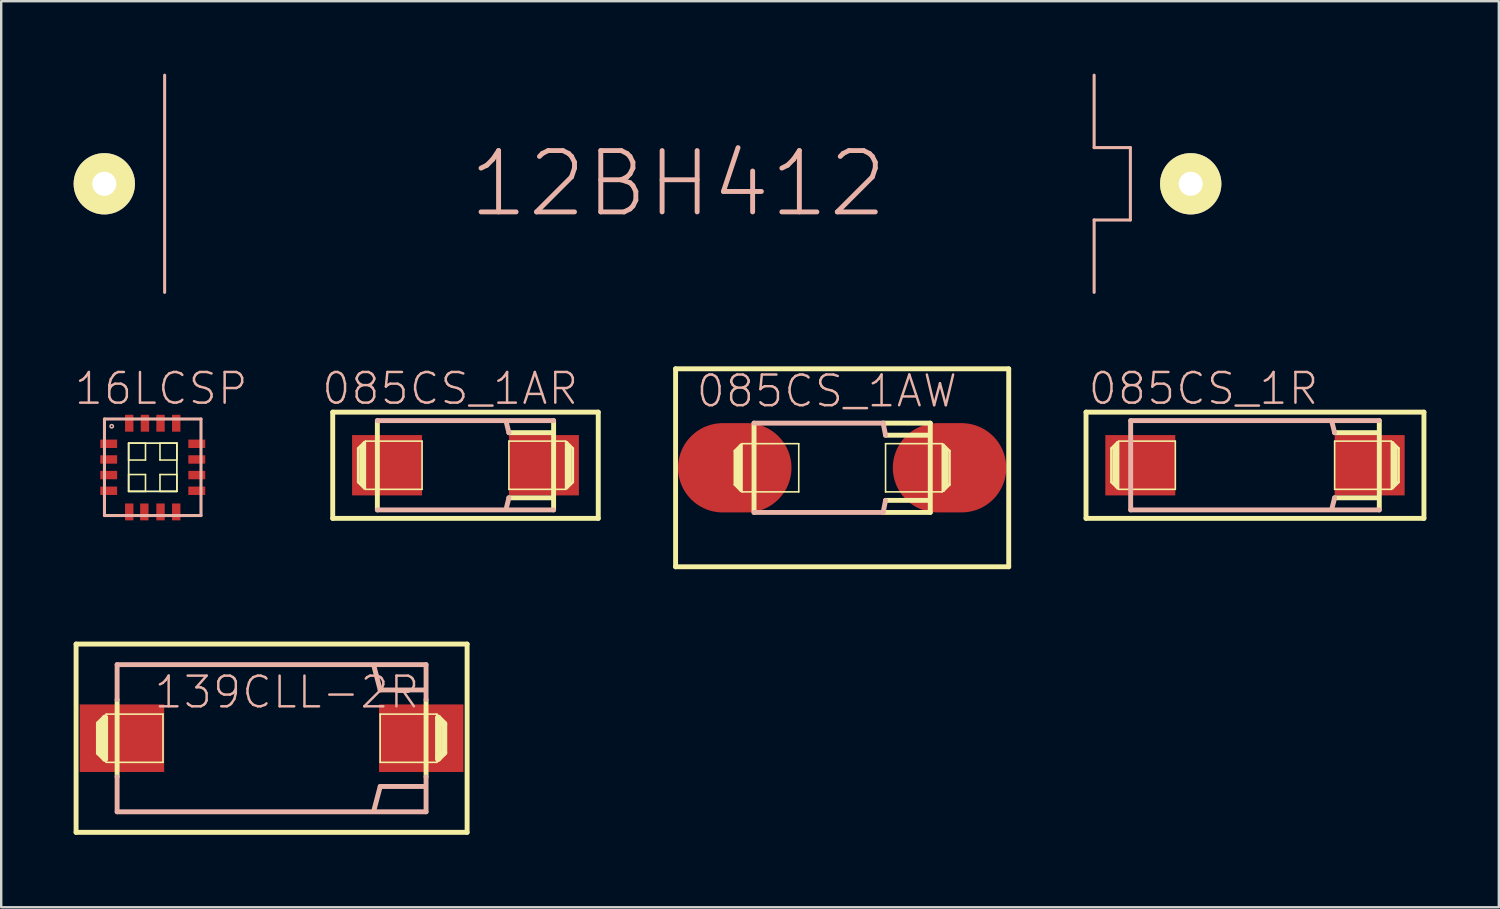
<source format=kicad_pcb>
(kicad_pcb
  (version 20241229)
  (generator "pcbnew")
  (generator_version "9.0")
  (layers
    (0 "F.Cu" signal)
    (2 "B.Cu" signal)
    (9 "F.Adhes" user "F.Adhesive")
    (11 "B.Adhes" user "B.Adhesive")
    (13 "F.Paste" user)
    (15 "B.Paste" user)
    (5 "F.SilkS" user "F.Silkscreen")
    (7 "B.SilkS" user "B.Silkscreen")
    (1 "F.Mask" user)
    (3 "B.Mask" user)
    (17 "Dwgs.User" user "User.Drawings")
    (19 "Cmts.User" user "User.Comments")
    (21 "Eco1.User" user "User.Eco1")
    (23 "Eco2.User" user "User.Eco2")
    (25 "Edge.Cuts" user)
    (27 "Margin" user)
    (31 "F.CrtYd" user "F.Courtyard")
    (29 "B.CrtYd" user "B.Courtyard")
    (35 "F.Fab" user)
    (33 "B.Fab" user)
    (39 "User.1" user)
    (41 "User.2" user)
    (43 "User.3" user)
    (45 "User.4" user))
  (footprint "12BH412"
    (layer "F.Cu")
    (at 23.769 4.562)
    (property "Reference" "12BH412" (at 1.27 0 0) (layer "B.SilkS") (effects (font (size 2.54 2.54) (thickness 0.203))))
    (attr exclude_from_pos_files exclude_from_bom)
    (fp_line (start -20 -4.498) (end -20 4.498) (stroke (width 0.127) (type solid)) (layer "B.SilkS"))
    (fp_line (start 18.499 -1.499) (end 18.499 -4.498) (stroke (width 0.127) (type solid)) (layer "B.SilkS"))
    (fp_line (start 18.499 1.499) (end 20 1.499) (stroke (width 0.127) (type solid)) (layer "B.SilkS"))
    (fp_line (start 18.499 4.498) (end 18.499 1.499) (stroke (width 0.127) (type solid)) (layer "B.SilkS"))
    (fp_line (start 20 -1.499) (end 18.499 -1.499) (stroke (width 0.127) (type solid)) (layer "B.SilkS"))
    (fp_line (start 20 1.499) (end 20 -1.499) (stroke (width 0.127) (type solid)) (layer "B.SilkS"))
    (pad "+" thru_hole circle (at 22.499 0) (size 2.54 2.54) (drill 0.998) (layers "*.Cu" "F.Mask" "F.SilkS" "F.Paste"))
    (pad "-" thru_hole circle (at -22.499 0) (size 2.54 2.54) (drill 0.998) (layers "*.Cu" "F.Mask" "F.SilkS" "F.Paste")))
  (footprint "139CLL-2R"
    (layer "F.Cu")
    (at 8.199 27.526)
    (property "Reference" "139CLL-2R" (at 0.635 -1.905 0) (layer "B.SilkS") (effects (font (size 1.27 1.27) (thickness 0.102))))
    (attr smd)
    (fp_line (start -8.098 -3.899) (end -8.098 3.899) (stroke (width 0.203) (type solid)) (layer "F.SilkS"))
    (fp_line (start -8.098 3.899) (end 8.098 3.899) (stroke (width 0.203) (type solid)) (layer "F.SilkS"))
    (fp_line (start -7.148 -0.599) (end -6.899 -0.848) (stroke (width 0.254) (type solid)) (layer "F.SilkS"))
    (fp_line (start -7.148 0.599) (end -7.148 -0.599) (stroke (width 0.254) (type solid)) (layer "F.SilkS"))
    (fp_line (start -6.899 -0.848) (end -6.899 0.848) (stroke (width 0.254) (type solid)) (layer "F.SilkS"))
    (fp_line (start -6.899 0.848) (end -7.148 0.599) (stroke (width 0.254) (type solid)) (layer "F.SilkS"))
    (fp_line (start -6.848 -0.998) (end -4.498 -0.998) (stroke (width 0.066) (type solid)) (layer "F.SilkS"))
    (fp_line (start -6.848 0.998) (end -6.848 -0.998) (stroke (width 0.066) (type solid)) (layer "F.SilkS"))
    (fp_line (start -6.848 0.998) (end -4.498 0.998) (stroke (width 0.066) (type solid)) (layer "F.SilkS"))
    (fp_line (start -6.398 1.598) (end -6.398 -1.598) (stroke (width 0.203) (type solid)) (layer "F.SilkS"))
    (fp_line (start -4.498 0.998) (end -4.498 -0.998) (stroke (width 0.066) (type solid)) (layer "F.SilkS"))
    (fp_line (start 4.498 -0.998) (end 6.848 -0.998) (stroke (width 0.066) (type solid)) (layer "F.SilkS"))
    (fp_line (start 4.498 0.998) (end 4.498 -0.998) (stroke (width 0.066) (type solid)) (layer "F.SilkS"))
    (fp_line (start 4.498 0.998) (end 6.848 0.998) (stroke (width 0.066) (type solid)) (layer "F.SilkS"))
    (fp_line (start 6.398 -1.598) (end 6.398 1.598) (stroke (width 0.203) (type solid)) (layer "F.SilkS"))
    (fp_line (start 6.848 0.998) (end 6.848 -0.998) (stroke (width 0.066) (type solid)) (layer "F.SilkS"))
    (fp_line (start 6.899 -0.848) (end 7.148 -0.599) (stroke (width 0.254) (type solid)) (layer "F.SilkS"))
    (fp_line (start 6.899 0.848) (end 6.899 -0.848) (stroke (width 0.254) (type solid)) (layer "F.SilkS"))
    (fp_line (start 7.148 -0.599) (end 7.148 0.599) (stroke (width 0.254) (type solid)) (layer "F.SilkS"))
    (fp_line (start 7.148 0.599) (end 6.899 0.848) (stroke (width 0.254) (type solid)) (layer "F.SilkS"))
    (fp_line (start 8.098 -3.899) (end -8.098 -3.899) (stroke (width 0.203) (type solid)) (layer "F.SilkS"))
    (fp_line (start 8.098 3.899) (end 8.098 -3.899) (stroke (width 0.203) (type solid)) (layer "F.SilkS"))
    (fp_line (start -6.398 -3.048) (end 6.398 -3.048) (stroke (width 0.203) (type solid)) (layer "B.SilkS"))
    (fp_line (start -6.398 -1.598) (end -6.398 -3.048) (stroke (width 0.203) (type solid)) (layer "B.SilkS"))
    (fp_line (start -6.398 3.048) (end -6.398 1.598) (stroke (width 0.203) (type solid)) (layer "B.SilkS"))
    (fp_line (start 4.498 -1.999) (end 4.249 -2.949) (stroke (width 0.203) (type solid)) (layer "B.SilkS"))
    (fp_line (start 4.498 1.999) (end 4.249 2.949) (stroke (width 0.203) (type solid)) (layer "B.SilkS"))
    (fp_line (start 6.35 -1.999) (end 4.498 -1.999) (stroke (width 0.203) (type solid)) (layer "B.SilkS"))
    (fp_line (start 6.35 1.999) (end 4.498 1.999) (stroke (width 0.203) (type solid)) (layer "B.SilkS"))
    (fp_line (start 6.398 -3.048) (end 6.398 -1.598) (stroke (width 0.203) (type solid)) (layer "B.SilkS"))
    (fp_line (start 6.398 1.598) (end 6.398 3.048) (stroke (width 0.203) (type solid)) (layer "B.SilkS"))
    (fp_line (start 6.398 3.048) (end -6.398 3.048) (stroke (width 0.203) (type solid)) (layer "B.SilkS"))
    (pad "+" smd rect (at 6.198 0) (size 3.498 2.799) (layers "F.Cu" "F.Mask" "F.Paste"))
    (pad "-" smd rect (at -6.198 0) (size 3.498 2.799) (layers "F.Cu" "F.Mask" "F.Paste")))
  (footprint "085CS_1R"
    (layer "F.Cu")
    (at 48.93 16.22)
    (property "Reference" "085CS_1R" (at -2.134 -3.175 0) (layer "B.SilkS") (effects (font (size 1.27 1.27) (thickness 0.102))))
    (attr smd)
    (fp_line (start -6.998 -2.2) (end -6.998 2.2) (stroke (width 0.203) (type solid)) (layer "F.SilkS"))
    (fp_line (start -6.998 -2.2) (end 6.998 -2.2) (stroke (width 0.203) (type solid)) (layer "F.SilkS"))
    (fp_line (start -6.998 2.2) (end 6.998 2.2) (stroke (width 0.203) (type solid)) (layer "F.SilkS"))
    (fp_line (start -5.949 -0.699) (end -5.949 0.699) (stroke (width 0.102) (type solid)) (layer "F.SilkS"))
    (fp_line (start -5.949 0.699) (end -5.7 0.95) (stroke (width 0.102) (type solid)) (layer "F.SilkS"))
    (fp_line (start -5.799 -0.749) (end -5.799 0.749) (stroke (width 0.203) (type solid)) (layer "F.SilkS"))
    (fp_line (start -5.7 -0.95) (end -5.949 -0.699) (stroke (width 0.102) (type solid)) (layer "F.SilkS"))
    (fp_line (start -5.7 0.95) (end -5.7 -0.95) (stroke (width 0.102) (type solid)) (layer "F.SilkS"))
    (fp_line (start -5.649 -0.998) (end -3.299 -0.998) (stroke (width 0.066) (type solid)) (layer "F.SilkS"))
    (fp_line (start -5.649 0.998) (end -5.649 -0.998) (stroke (width 0.066) (type solid)) (layer "F.SilkS"))
    (fp_line (start -5.649 0.998) (end -3.299 0.998) (stroke (width 0.066) (type solid)) (layer "F.SilkS"))
    (fp_line (start -3.299 0.998) (end -3.299 -0.998) (stroke (width 0.066) (type solid)) (layer "F.SilkS"))
    (fp_line (start 3.299 -0.998) (end 5.649 -0.998) (stroke (width 0.066) (type solid)) (layer "F.SilkS"))
    (fp_line (start 3.299 0.998) (end 3.299 -0.998) (stroke (width 0.066) (type solid)) (layer "F.SilkS"))
    (fp_line (start 3.299 0.998) (end 5.649 0.998) (stroke (width 0.066) (type solid)) (layer "F.SilkS"))
    (fp_line (start 5.05 -1.349) (end 3.299 -1.349) (stroke (width 0.203) (type solid)) (layer "F.SilkS"))
    (fp_line (start 5.098 1.349) (end 3.299 1.349) (stroke (width 0.203) (type solid)) (layer "F.SilkS"))
    (fp_line (start 5.149 1.849) (end 5.149 -1.849) (stroke (width 0.203) (type solid)) (layer "F.SilkS"))
    (fp_line (start 5.649 0.998) (end 5.649 -0.998) (stroke (width 0.066) (type solid)) (layer "F.SilkS"))
    (fp_line (start 5.7 -0.95) (end 5.7 0.95) (stroke (width 0.102) (type solid)) (layer "F.SilkS"))
    (fp_line (start 5.7 0.95) (end 5.949 0.699) (stroke (width 0.102) (type solid)) (layer "F.SilkS"))
    (fp_line (start 5.799 0.749) (end 5.799 -0.749) (stroke (width 0.203) (type solid)) (layer "F.SilkS"))
    (fp_line (start 5.949 -0.699) (end 5.7 -0.95) (stroke (width 0.102) (type solid)) (layer "F.SilkS"))
    (fp_line (start 5.949 0.699) (end 5.949 -0.699) (stroke (width 0.102) (type solid)) (layer "F.SilkS"))
    (fp_line (start 6.998 -2.2) (end 6.998 2.2) (stroke (width 0.203) (type solid)) (layer "F.SilkS"))
    (fp_line (start -5.149 -1.849) (end -5.149 1.849) (stroke (width 0.203) (type solid)) (layer "B.SilkS"))
    (fp_line (start -5.149 1.849) (end 5.149 1.849) (stroke (width 0.203) (type solid)) (layer "B.SilkS"))
    (fp_line (start 3.299 -1.349) (end 3.198 -1.748) (stroke (width 0.203) (type solid)) (layer "B.SilkS"))
    (fp_line (start 3.299 1.349) (end 3.198 1.748) (stroke (width 0.203) (type solid)) (layer "B.SilkS"))
    (fp_line (start 5.149 -1.849) (end -5.149 -1.849) (stroke (width 0.203) (type solid)) (layer "B.SilkS"))
    (pad "+" smd rect (at 4.75 0) (size 2.898 2.499) (layers "F.Cu" "F.Mask" "F.Paste"))
    (pad "-" smd rect (at -4.75 0) (size 2.898 2.499) (layers "F.Cu" "F.Mask" "F.Paste")))
  (footprint "085CS_1AW"
    (layer "F.Cu")
    (at 31.831 16.325)
    (property "Reference" "085CS_1AW" (at -0.635 -3.175 0) (layer "B.SilkS") (effects (font (size 1.27 1.27) (thickness 0.102))))
    (attr smd)
    (fp_line (start -6.899 -4.1) (end -6.899 4.1) (stroke (width 0.203) (type solid)) (layer "F.SilkS"))
    (fp_line (start -6.899 -4.1) (end 6.899 -4.1) (stroke (width 0.203) (type solid)) (layer "F.SilkS"))
    (fp_line (start -6.899 4.1) (end 6.899 4.1) (stroke (width 0.203) (type solid)) (layer "F.SilkS"))
    (fp_line (start -4.448 -0.699) (end -4.448 0.699) (stroke (width 0.102) (type solid)) (layer "F.SilkS"))
    (fp_line (start -4.448 0.699) (end -4.199 0.95) (stroke (width 0.102) (type solid)) (layer "F.SilkS"))
    (fp_line (start -4.298 -0.749) (end -4.298 0.749) (stroke (width 0.203) (type solid)) (layer "F.SilkS"))
    (fp_line (start -4.199 -0.95) (end -4.448 -0.699) (stroke (width 0.102) (type solid)) (layer "F.SilkS"))
    (fp_line (start -4.199 0.95) (end -4.199 -0.95) (stroke (width 0.102) (type solid)) (layer "F.SilkS"))
    (fp_line (start -4.148 -0.998) (end -1.798 -0.998) (stroke (width 0.066) (type solid)) (layer "F.SilkS"))
    (fp_line (start -4.148 0.998) (end -4.148 -0.998) (stroke (width 0.066) (type solid)) (layer "F.SilkS"))
    (fp_line (start -4.148 0.998) (end -1.798 0.998) (stroke (width 0.066) (type solid)) (layer "F.SilkS"))
    (fp_line (start -3.65 -1.849) (end -3.65 1.849) (stroke (width 0.203) (type solid)) (layer "F.SilkS"))
    (fp_line (start -1.798 0.998) (end -1.798 -0.998) (stroke (width 0.066) (type solid)) (layer "F.SilkS"))
    (fp_line (start 1.699 1.849) (end 3.65 1.849) (stroke (width 0.203) (type solid)) (layer "F.SilkS"))
    (fp_line (start 1.798 -0.998) (end 4.148 -0.998) (stroke (width 0.066) (type solid)) (layer "F.SilkS"))
    (fp_line (start 1.798 0.998) (end 1.798 -0.998) (stroke (width 0.066) (type solid)) (layer "F.SilkS"))
    (fp_line (start 1.798 0.998) (end 4.148 0.998) (stroke (width 0.066) (type solid)) (layer "F.SilkS"))
    (fp_line (start 3.548 -1.349) (end 1.798 -1.349) (stroke (width 0.203) (type solid)) (layer "F.SilkS"))
    (fp_line (start 3.599 1.349) (end 1.798 1.349) (stroke (width 0.203) (type solid)) (layer "F.SilkS"))
    (fp_line (start 3.65 -1.849) (end 1.699 -1.849) (stroke (width 0.203) (type solid)) (layer "F.SilkS"))
    (fp_line (start 3.65 1.849) (end 3.65 -1.849) (stroke (width 0.203) (type solid)) (layer "F.SilkS"))
    (fp_line (start 4.148 0.998) (end 4.148 -0.998) (stroke (width 0.066) (type solid)) (layer "F.SilkS"))
    (fp_line (start 4.199 -0.95) (end 4.199 0.95) (stroke (width 0.102) (type solid)) (layer "F.SilkS"))
    (fp_line (start 4.199 0.95) (end 4.448 0.699) (stroke (width 0.102) (type solid)) (layer "F.SilkS"))
    (fp_line (start 4.298 0.749) (end 4.298 -0.749) (stroke (width 0.203) (type solid)) (layer "F.SilkS"))
    (fp_line (start 4.448 -0.699) (end 4.199 -0.95) (stroke (width 0.102) (type solid)) (layer "F.SilkS"))
    (fp_line (start 4.448 0.699) (end 4.448 -0.699) (stroke (width 0.102) (type solid)) (layer "F.SilkS"))
    (fp_line (start 6.899 -4.1) (end 6.899 4.1) (stroke (width 0.203) (type solid)) (layer "F.SilkS"))
    (fp_line (start -3.65 1.849) (end 1.699 1.849) (stroke (width 0.203) (type solid)) (layer "B.SilkS"))
    (fp_line (start 1.699 -1.849) (end -3.65 -1.849) (stroke (width 0.203) (type solid)) (layer "B.SilkS"))
    (fp_line (start 1.798 -1.349) (end 1.699 -1.849) (stroke (width 0.203) (type solid)) (layer "B.SilkS"))
    (fp_line (start 1.798 1.349) (end 1.699 1.849) (stroke (width 0.203) (type solid)) (layer "B.SilkS"))
    (pad "+" smd oval (at 4.448 0) (size 4.699 3.698) (layers "F.Cu" "F.Mask" "F.Paste"))
    (pad "-" smd oval (at -4.448 0) (size 4.699 3.698) (layers "F.Cu" "F.Mask" "F.Paste")))
  (footprint "16LCSP"
    (layer "F.Cu")
    (at 3.276 16.304)
    (property "Reference" "16LCSP" (at 0.348 -3.259 0) (layer "B.SilkS") (effects (font (size 1.27 1.27) (thickness 0.102))))
    (attr smd)
    (fp_line (start -0.998 -0.998) (end 0.998 -0.998) (stroke (width 0.066) (type solid)) (layer "B.Cu"))
    (fp_line (start -0.998 0.998) (end -0.998 -0.998) (stroke (width 0.066) (type solid)) (layer "B.Cu"))
    (fp_line (start -0.998 0.998) (end 0.998 0.998) (stroke (width 0.066) (type solid)) (layer "B.Cu"))
    (fp_line (start 0.998 0.998) (end 0.998 -0.998) (stroke (width 0.066) (type solid)) (layer "B.Cu"))
    (fp_line (start -0.998 -0.998) (end -0.3 -0.998) (stroke (width 0.066) (type solid)) (layer "F.SilkS"))
    (fp_line (start -0.998 -0.998) (end 0.998 -0.998) (stroke (width 0.066) (type solid)) (layer "F.SilkS"))
    (fp_line (start -0.998 -0.3) (end -0.998 -0.998) (stroke (width 0.066) (type solid)) (layer "F.SilkS"))
    (fp_line (start -0.998 -0.3) (end -0.3 -0.3) (stroke (width 0.066) (type solid)) (layer "F.SilkS"))
    (fp_line (start -0.998 0.3) (end -0.3 0.3) (stroke (width 0.066) (type solid)) (layer "F.SilkS"))
    (fp_line (start -0.998 0.998) (end -0.998 -0.998) (stroke (width 0.066) (type solid)) (layer "F.SilkS"))
    (fp_line (start -0.998 0.998) (end -0.998 0.3) (stroke (width 0.066) (type solid)) (layer "F.SilkS"))
    (fp_line (start -0.998 0.998) (end -0.3 0.998) (stroke (width 0.066) (type solid)) (layer "F.SilkS"))
    (fp_line (start -0.998 0.998) (end 0.998 0.998) (stroke (width 0.066) (type solid)) (layer "F.SilkS"))
    (fp_line (start -0.3 -0.3) (end -0.3 -0.998) (stroke (width 0.066) (type solid)) (layer "F.SilkS"))
    (fp_line (start -0.3 0.998) (end -0.3 0.3) (stroke (width 0.066) (type solid)) (layer "F.SilkS"))
    (fp_line (start 0.3 -0.998) (end 0.998 -0.998) (stroke (width 0.066) (type solid)) (layer "F.SilkS"))
    (fp_line (start 0.3 -0.3) (end 0.3 -0.998) (stroke (width 0.066) (type solid)) (layer "F.SilkS"))
    (fp_line (start 0.3 -0.3) (end 0.998 -0.3) (stroke (width 0.066) (type solid)) (layer "F.SilkS"))
    (fp_line (start 0.3 0.3) (end 0.998 0.3) (stroke (width 0.066) (type solid)) (layer "F.SilkS"))
    (fp_line (start 0.3 0.998) (end 0.3 0.3) (stroke (width 0.066) (type solid)) (layer "F.SilkS"))
    (fp_line (start 0.3 0.998) (end 0.998 0.998) (stroke (width 0.066) (type solid)) (layer "F.SilkS"))
    (fp_line (start 0.998 -0.3) (end 0.998 -0.998) (stroke (width 0.066) (type solid)) (layer "F.SilkS"))
    (fp_line (start 0.998 0.998) (end 0.998 -0.998) (stroke (width 0.066) (type solid)) (layer "F.SilkS"))
    (fp_line (start 0.998 0.998) (end 0.998 0.3) (stroke (width 0.066) (type solid)) (layer "F.SilkS"))
    (fp_line (start -1.999 -1.999) (end -1.999 1.999) (stroke (width 0.127) (type solid)) (layer "B.SilkS"))
    (fp_line (start -1.999 1.999) (end 1.999 1.999) (stroke (width 0.127) (type solid)) (layer "B.SilkS"))
    (fp_line (start 1.999 -1.999) (end -1.999 -1.999) (stroke (width 0.127) (type solid)) (layer "B.SilkS"))
    (fp_line (start 1.999 1.999) (end 1.999 -1.999) (stroke (width 0.127) (type solid)) (layer "B.SilkS"))
    (fp_circle (center -1.699 -1.699) (end -1.748 -1.748) (stroke (width 0.064) (type solid)) (fill no) (layer "B.SilkS"))
    (pad "1" smd rect (at -1.824 -0.973) (size 0.699 0.348) (layers "F.Cu" "F.Mask" "F.Paste"))
    (pad "2" smd rect (at -1.824 -0.323) (size 0.699 0.348) (layers "F.Cu" "F.Mask" "F.Paste"))
    (pad "3" smd rect (at -1.824 0.323) (size 0.699 0.348) (layers "F.Cu" "F.Mask" "F.Paste"))
    (pad "4" smd rect (at -1.824 0.973) (size 0.699 0.348) (layers "F.Cu" "F.Mask" "F.Paste"))
    (pad "5" smd rect (at -0.973 1.849 90) (size 0.699 0.348) (layers "F.Cu" "F.Mask" "F.Paste"))
    (pad "6" smd rect (at -0.348 1.849 90) (size 0.699 0.348) (layers "F.Cu" "F.Mask" "F.Paste"))
    (pad "7" smd rect (at 0.323 1.849 90) (size 0.699 0.348) (layers "F.Cu" "F.Mask" "F.Paste"))
    (pad "8" smd rect (at 0.973 1.849 90) (size 0.699 0.348) (layers "F.Cu" "F.Mask" "F.Paste"))
    (pad "9" smd rect (at 1.824 0.973 180) (size 0.699 0.348) (layers "F.Cu" "F.Mask" "F.Paste"))
    (pad "10" smd rect (at 1.824 0.323 180) (size 0.699 0.348) (layers "F.Cu" "F.Mask" "F.Paste"))
    (pad "11" smd rect (at 1.824 -0.323 180) (size 0.699 0.348) (layers "F.Cu" "F.Mask" "F.Paste"))
    (pad "12" smd rect (at 1.824 -0.973 180) (size 0.699 0.348) (layers "F.Cu" "F.Mask" "F.Paste"))
    (pad "13" smd rect (at 0.973 -1.824 270) (size 0.699 0.348) (layers "F.Cu" "F.Mask" "F.Paste"))
    (pad "14" smd rect (at 0.323 -1.824 270) (size 0.699 0.348) (layers "F.Cu" "F.Mask" "F.Paste"))
    (pad "15" smd rect (at -0.323 -1.824 270) (size 0.699 0.348) (layers "F.Cu" "F.Mask" "F.Paste"))
    (pad "16" smd rect (at -0.973 -1.824 270) (size 0.699 0.348) (layers "F.Cu" "F.Mask" "F.Paste")))
  (footprint "085CS_1AR"
    (layer "F.Cu")
    (at 16.23 16.22)
    (property "Reference" "085CS_1AR" (at -0.635 -3.175 0) (layer "B.SilkS") (effects (font (size 1.27 1.27) (thickness 0.102))))
    (attr smd)
    (fp_line (start -5.499 -2.2) (end -5.499 2.2) (stroke (width 0.203) (type solid)) (layer "F.SilkS"))
    (fp_line (start -5.499 -2.2) (end 5.499 -2.2) (stroke (width 0.203) (type solid)) (layer "F.SilkS"))
    (fp_line (start -5.499 2.2) (end 5.499 2.2) (stroke (width 0.203) (type solid)) (layer "F.SilkS"))
    (fp_line (start -4.448 -0.699) (end -4.448 0.699) (stroke (width 0.102) (type solid)) (layer "F.SilkS"))
    (fp_line (start -4.448 0.699) (end -4.199 0.95) (stroke (width 0.102) (type solid)) (layer "F.SilkS"))
    (fp_line (start -4.298 -0.749) (end -4.298 0.749) (stroke (width 0.203) (type solid)) (layer "F.SilkS"))
    (fp_line (start -4.199 -0.95) (end -4.448 -0.699) (stroke (width 0.102) (type solid)) (layer "F.SilkS"))
    (fp_line (start -4.199 0.95) (end -4.199 -0.95) (stroke (width 0.102) (type solid)) (layer "F.SilkS"))
    (fp_line (start -4.148 -0.998) (end -1.798 -0.998) (stroke (width 0.066) (type solid)) (layer "F.SilkS"))
    (fp_line (start -4.148 0.998) (end -4.148 -0.998) (stroke (width 0.066) (type solid)) (layer "F.SilkS"))
    (fp_line (start -4.148 0.998) (end -1.798 0.998) (stroke (width 0.066) (type solid)) (layer "F.SilkS"))
    (fp_line (start -3.65 -1.849) (end -3.65 1.849) (stroke (width 0.203) (type solid)) (layer "F.SilkS"))
    (fp_line (start -1.798 0.998) (end -1.798 -0.998) (stroke (width 0.066) (type solid)) (layer "F.SilkS"))
    (fp_line (start 1.798 -0.998) (end 4.148 -0.998) (stroke (width 0.066) (type solid)) (layer "F.SilkS"))
    (fp_line (start 1.798 0.998) (end 1.798 -0.998) (stroke (width 0.066) (type solid)) (layer "F.SilkS"))
    (fp_line (start 1.798 0.998) (end 4.148 0.998) (stroke (width 0.066) (type solid)) (layer "F.SilkS"))
    (fp_line (start 3.548 -1.349) (end 1.798 -1.349) (stroke (width 0.203) (type solid)) (layer "F.SilkS"))
    (fp_line (start 3.599 1.349) (end 1.798 1.349) (stroke (width 0.203) (type solid)) (layer "F.SilkS"))
    (fp_line (start 3.65 1.849) (end 3.65 -1.849) (stroke (width 0.203) (type solid)) (layer "F.SilkS"))
    (fp_line (start 4.148 0.998) (end 4.148 -0.998) (stroke (width 0.066) (type solid)) (layer "F.SilkS"))
    (fp_line (start 4.199 -0.95) (end 4.199 0.95) (stroke (width 0.102) (type solid)) (layer "F.SilkS"))
    (fp_line (start 4.199 0.95) (end 4.448 0.699) (stroke (width 0.102) (type solid)) (layer "F.SilkS"))
    (fp_line (start 4.298 0.749) (end 4.298 -0.749) (stroke (width 0.203) (type solid)) (layer "F.SilkS"))
    (fp_line (start 4.448 -0.699) (end 4.199 -0.95) (stroke (width 0.102) (type solid)) (layer "F.SilkS"))
    (fp_line (start 4.448 0.699) (end 4.448 -0.699) (stroke (width 0.102) (type solid)) (layer "F.SilkS"))
    (fp_line (start 5.499 -2.2) (end 5.499 2.2) (stroke (width 0.203) (type solid)) (layer "F.SilkS"))
    (fp_line (start -3.65 1.849) (end 3.65 1.849) (stroke (width 0.203) (type solid)) (layer "B.SilkS"))
    (fp_line (start 1.798 -1.349) (end 1.699 -1.748) (stroke (width 0.203) (type solid)) (layer "B.SilkS"))
    (fp_line (start 1.798 1.349) (end 1.699 1.748) (stroke (width 0.203) (type solid)) (layer "B.SilkS"))
    (fp_line (start 3.65 -1.849) (end -3.65 -1.849) (stroke (width 0.203) (type solid)) (layer "B.SilkS"))
    (pad "+" smd rect (at 3.249 0) (size 2.898 2.499) (layers "F.Cu" "F.Mask" "F.Paste"))
    (pad "-" smd rect (at -3.249 0) (size 2.898 2.499) (layers "F.Cu" "F.Mask" "F.Paste")))
  (gr_rect
    (start -3 -3)
    (end 59.03 34.527)
    (stroke (width 0.1) (type default))
    (fill no)
    (layer "Edge.Cuts")))
</source>
